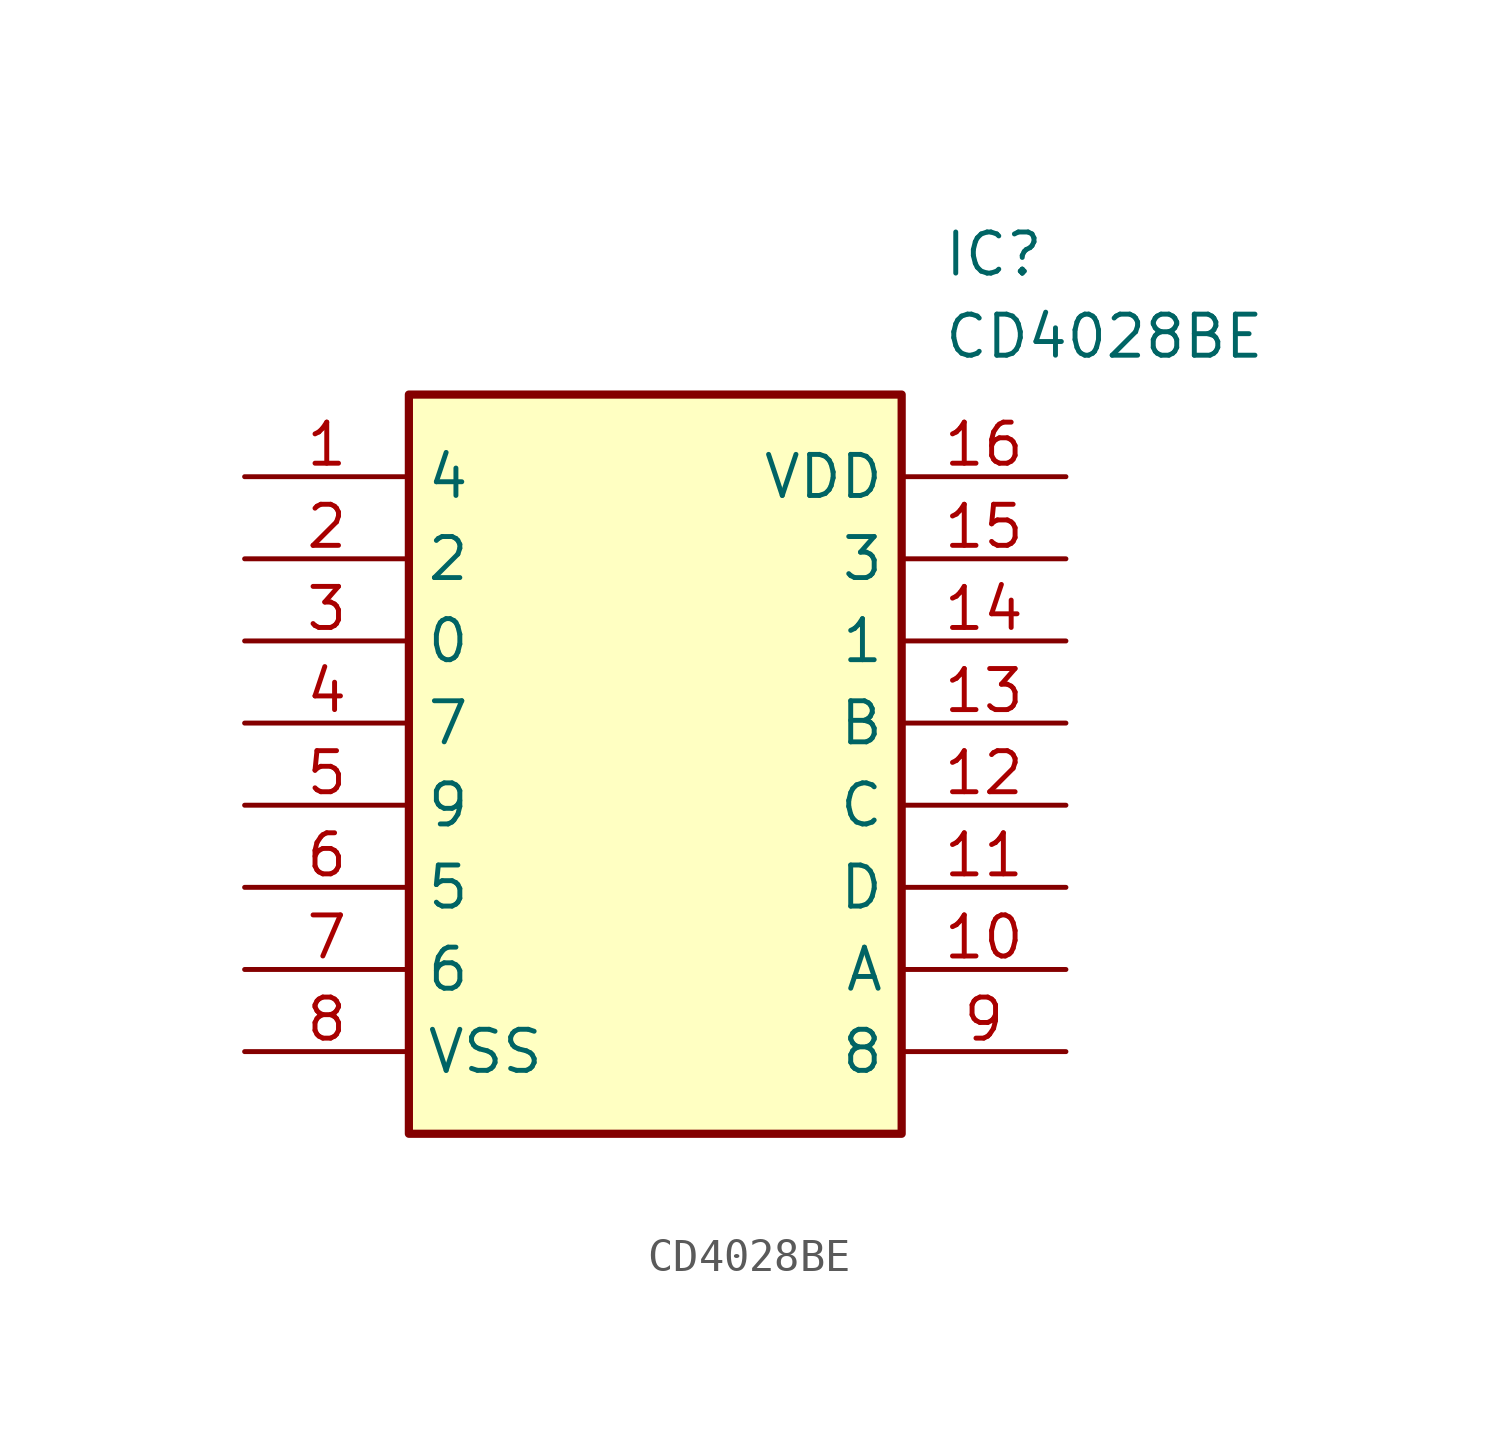
<source format=kicad_sym>
(kicad_symbol_lib
  (version 20211014)
  (generator SamacSys_ECAD_Model)
  (symbol "CD4028BE"
    (property "Reference" "IC"
      (at 21.59 7.62 0)
      (effects (font (size 1.27 1.27)) (justify left top)))
    (property "Value" "CD4028BE"
      (at 21.59 5.08 0)
      (effects (font (size 1.27 1.27)) (justify left top)))
    (rectangle
      (start 5.08 2.54)
      (end 20.32 -20.32)
      (stroke (width 0.254) (type default))
      (fill (type background)))
    (pin passive line
      (at 0 0 0)
      (length 5.08)
      (name "4" (effects (font (size 1.27 1.27))))
      (number "1" (effects (font (size 1.27 1.27)))))
    (pin passive line
      (at 0 -2.54 0)
      (length 5.08)
      (name "2" (effects (font (size 1.27 1.27))))
      (number "2" (effects (font (size 1.27 1.27)))))
    (pin passive line
      (at 0 -5.08 0)
      (length 5.08)
      (name "0" (effects (font (size 1.27 1.27))))
      (number "3" (effects (font (size 1.27 1.27)))))
    (pin passive line
      (at 0 -7.62 0)
      (length 5.08)
      (name "7" (effects (font (size 1.27 1.27))))
      (number "4" (effects (font (size 1.27 1.27)))))
    (pin passive line
      (at 0 -10.16 0)
      (length 5.08)
      (name "9" (effects (font (size 1.27 1.27))))
      (number "5" (effects (font (size 1.27 1.27)))))
    (pin passive line
      (at 0 -12.7 0)
      (length 5.08)
      (name "5" (effects (font (size 1.27 1.27))))
      (number "6" (effects (font (size 1.27 1.27)))))
    (pin passive line
      (at 0 -15.24 0)
      (length 5.08)
      (name "6" (effects (font (size 1.27 1.27))))
      (number "7" (effects (font (size 1.27 1.27)))))
    (pin passive line
      (at 0 -17.78 0)
      (length 5.08)
      (name "VSS" (effects (font (size 1.27 1.27))))
      (number "8" (effects (font (size 1.27 1.27)))))
    (pin passive line
      (at 25.4 0 180)
      (length 5.08)
      (name "VDD" (effects (font (size 1.27 1.27))))
      (number "16" (effects (font (size 1.27 1.27)))))
    (pin passive line
      (at 25.4 -2.54 180)
      (length 5.08)
      (name "3" (effects (font (size 1.27 1.27))))
      (number "15" (effects (font (size 1.27 1.27)))))
    (pin passive line
      (at 25.4 -5.08 180)
      (length 5.08)
      (name "1" (effects (font (size 1.27 1.27))))
      (number "14" (effects (font (size 1.27 1.27)))))
    (pin passive line
      (at 25.4 -7.62 180)
      (length 5.08)
      (name "B" (effects (font (size 1.27 1.27))))
      (number "13" (effects (font (size 1.27 1.27)))))
    (pin passive line
      (at 25.4 -10.16 180)
      (length 5.08)
      (name "C" (effects (font (size 1.27 1.27))))
      (number "12" (effects (font (size 1.27 1.27)))))
    (pin passive line
      (at 25.4 -12.7 180)
      (length 5.08)
      (name "D" (effects (font (size 1.27 1.27))))
      (number "11" (effects (font (size 1.27 1.27)))))
    (pin passive line
      (at 25.4 -15.24 180)
      (length 5.08)
      (name "A" (effects (font (size 1.27 1.27))))
      (number "10" (effects (font (size 1.27 1.27)))))
    (pin passive line
      (at 25.4 -17.78 180)
      (length 5.08)
      (name "8" (effects (font (size 1.27 1.27))))
      (number "9" (effects (font (size 1.27 1.27)))))))
</source>
